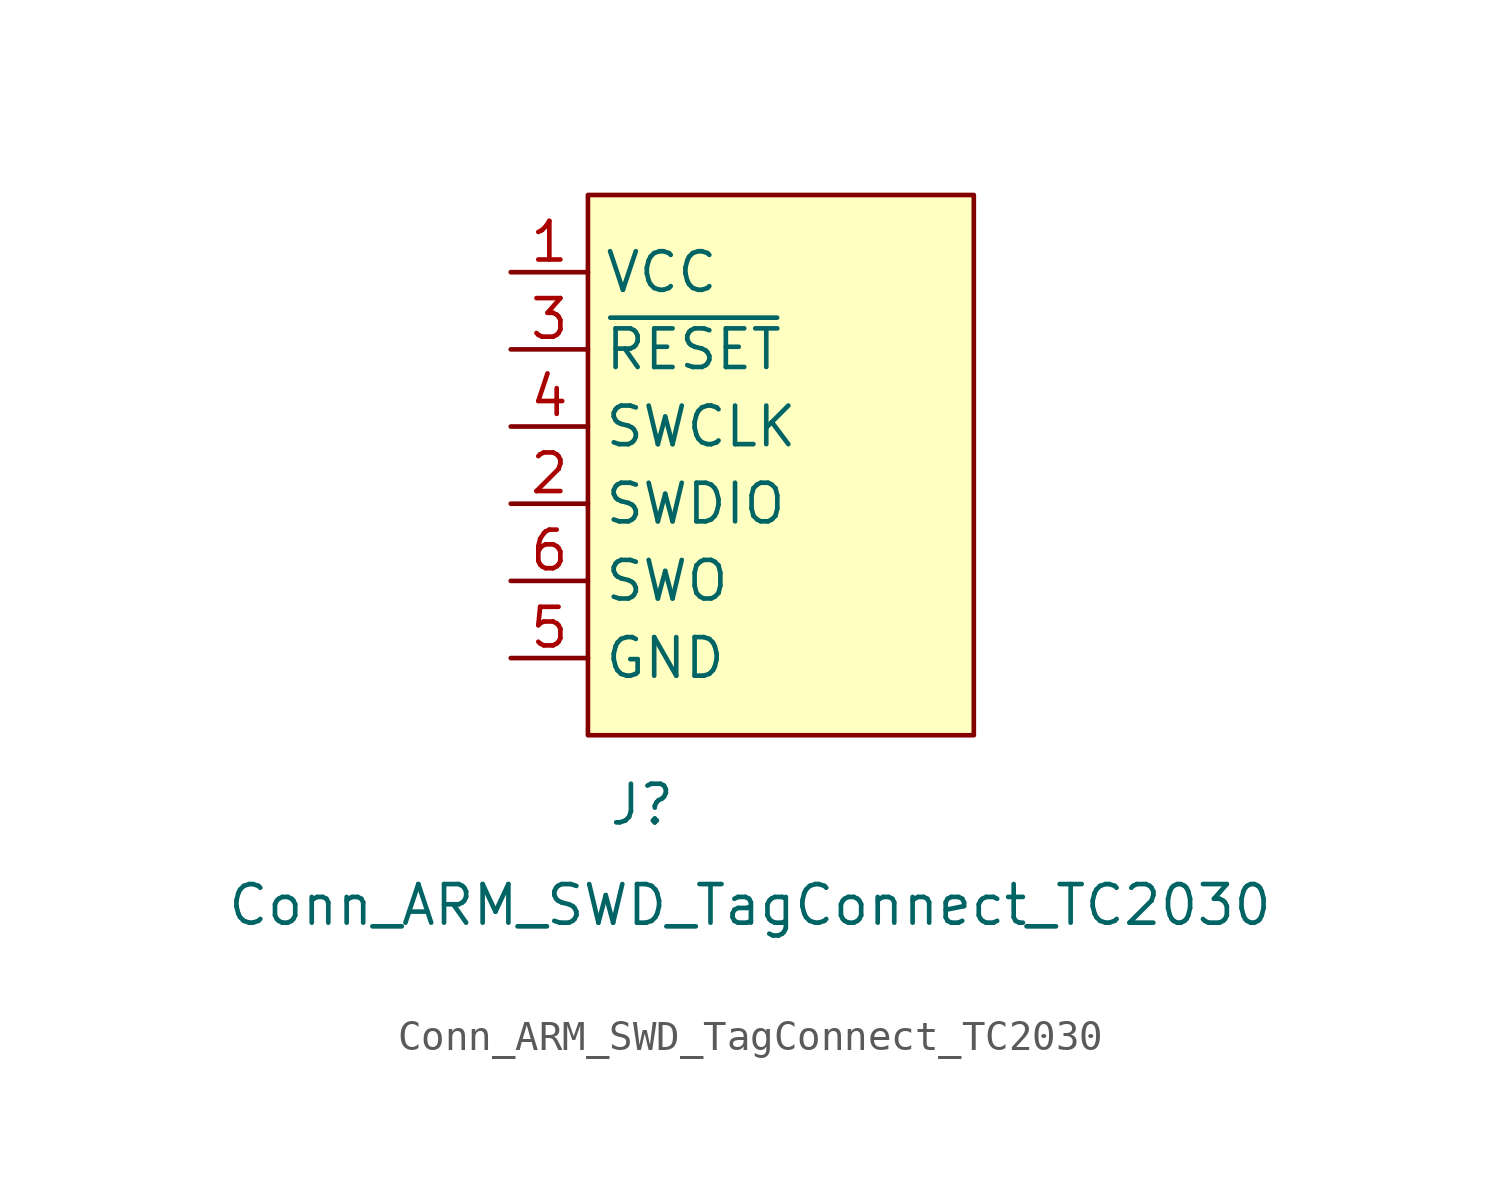
<source format=kicad_sym>
(kicad_symbol_lib
  (version 20241209)
  (generator "kicad_symbol_editor")
  (generator_version "9.0")
  (symbol "Conn_ARM_SWD_TagConnect_TC2030"
    (property "Reference" "J"
      (at 1.778 -2.286 0)
      (effects (font (size 1.27 1.27))))
    (property "Value" "Conn_ARM_SWD_TagConnect_TC2030"
      (at 5.334 -5.588 0)
      (effects (font (size 1.27 1.27))))
    (symbol "Conn_ARM_SWD_TagConnect_TC2030_0_0"
      (pin power_in line (at -2.54 15.24 0) (length 2.54) (name "VCC" (effects (font (size 1.27 1.27)))) (number "1" (effects (font (size 1.27 1.27)))))
      (pin open_collector line (at -2.54 12.7 0) (length 2.54) (name "~{RESET}" (effects (font (size 1.27 1.27)))) (number "3" (effects (font (size 1.27 1.27)))))
      (pin output line (at -2.54 10.16 0) (length 2.54) (name "SWCLK" (effects (font (size 1.27 1.27)))) (number "4" (effects (font (size 1.27 1.27)))) (alternate "TCK" output line))
      (pin bidirectional line (at -2.54 7.62 0) (length 2.54) (name "SWDIO" (effects (font (size 1.27 1.27)))) (number "2" (effects (font (size 1.27 1.27)))) (alternate "TMS" bidirectional line))
      (pin input line (at -2.54 5.08 0) (length 2.54) (name "SWO" (effects (font (size 1.27 1.27)))) (number "6" (effects (font (size 1.27 1.27)))) (alternate "TDO" input line))
      (pin power_in line (at -2.54 2.54 0) (length 2.54) (name "GND" (effects (font (size 1.27 1.27)))) (number "5" (effects (font (size 1.27 1.27))))))
    (symbol "Conn_ARM_SWD_TagConnect_TC2030_0_1"
      (rectangle (start 0 17.78) (end 12.7 0) (stroke (width 0) (type default)) (fill (type background))))))
</source>
